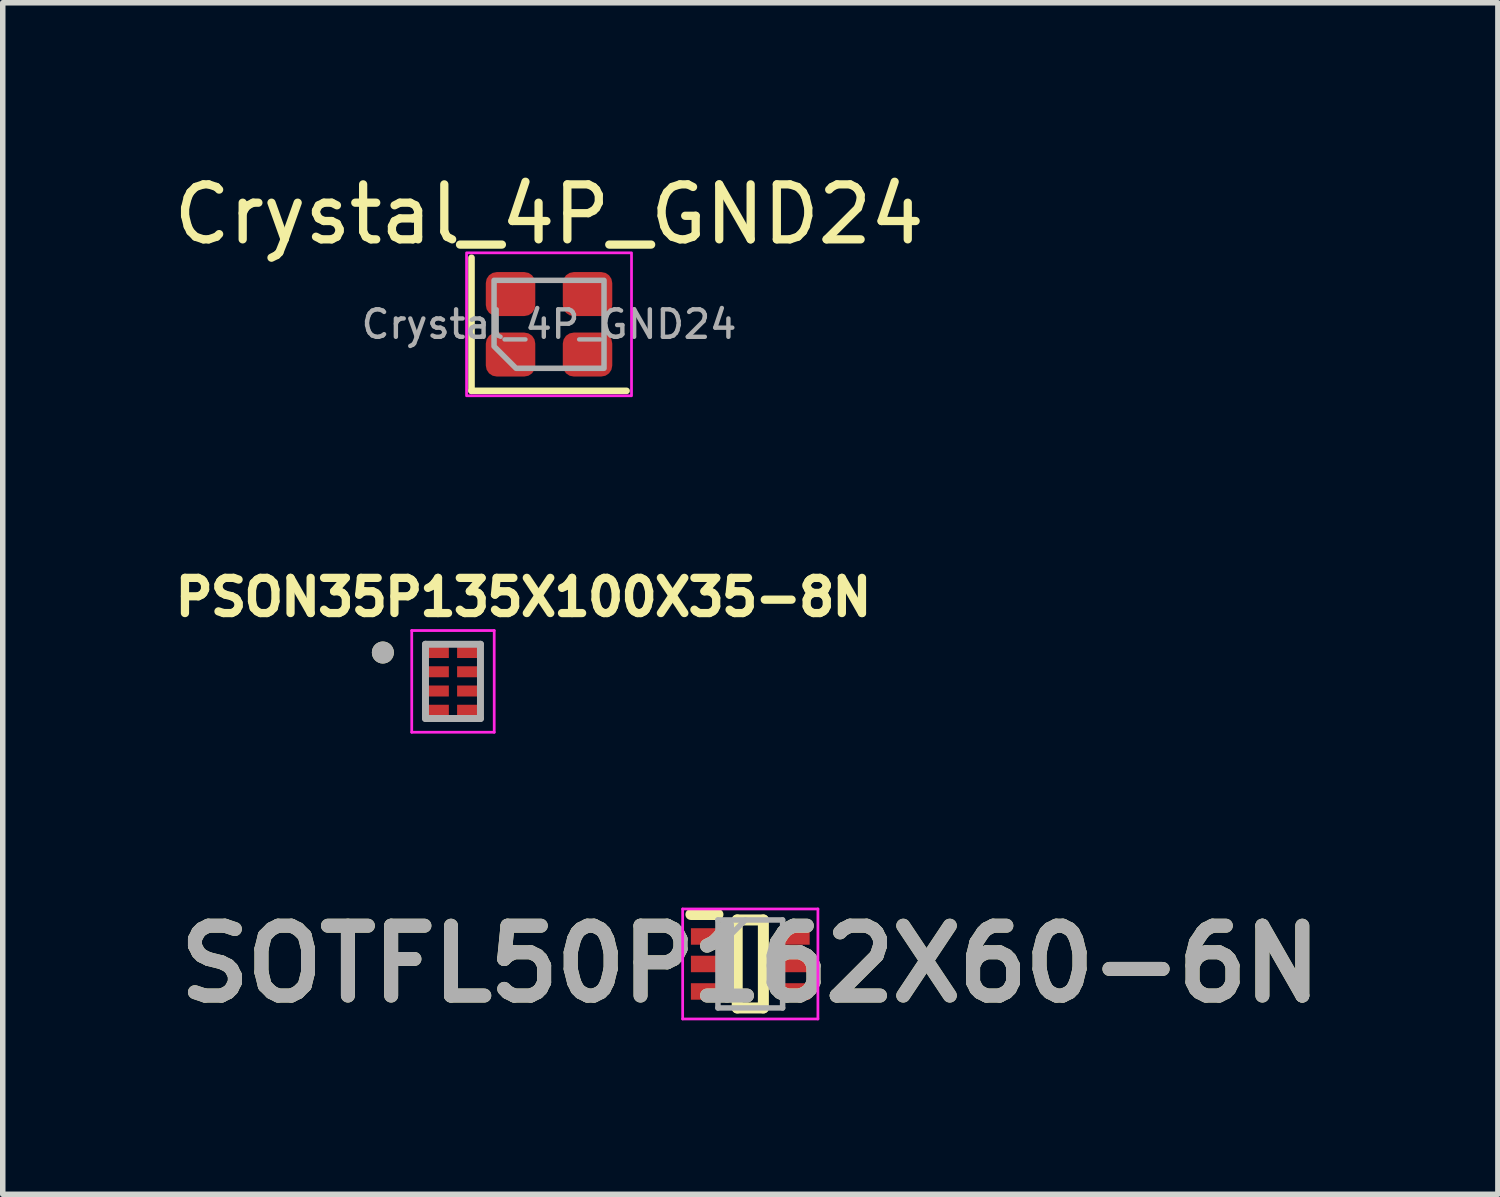
<source format=kicad_pcb>
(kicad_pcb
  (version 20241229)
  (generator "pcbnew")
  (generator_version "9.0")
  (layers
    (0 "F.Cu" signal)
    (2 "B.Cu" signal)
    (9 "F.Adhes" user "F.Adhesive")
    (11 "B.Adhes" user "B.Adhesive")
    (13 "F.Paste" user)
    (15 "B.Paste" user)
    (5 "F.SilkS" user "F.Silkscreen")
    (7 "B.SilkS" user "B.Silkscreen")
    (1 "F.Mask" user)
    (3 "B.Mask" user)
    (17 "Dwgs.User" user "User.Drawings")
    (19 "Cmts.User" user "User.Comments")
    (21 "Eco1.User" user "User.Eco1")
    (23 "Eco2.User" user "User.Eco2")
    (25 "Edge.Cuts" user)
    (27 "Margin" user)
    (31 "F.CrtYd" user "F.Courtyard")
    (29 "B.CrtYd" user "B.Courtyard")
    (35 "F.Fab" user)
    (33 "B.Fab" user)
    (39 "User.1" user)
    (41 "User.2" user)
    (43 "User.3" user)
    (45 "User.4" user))
  (footprint "PSON35P135X100X35-8N"
    (layer "F.Cu")
    (at 5.188 9.342)
    (property "Reference" "PSON35P135X100X35-8N" (at 1.282 -1.531 0) (layer "F.SilkS") (effects (font (size 0.64 0.64) (thickness 0.15))))
    (attr smd)
    (fp_poly (pts (xy -0.525 -0.675) (xy -0.025 -0.675) (xy -0.025 -0.375) (xy -0.525 -0.375)) (stroke (width 0.01) (type solid)) (fill yes) (layer "F.Mask"))
    (fp_poly (pts (xy -0.525 -0.325) (xy -0.025 -0.325) (xy -0.025 -0.025) (xy -0.525 -0.025)) (stroke (width 0.01) (type solid)) (fill yes) (layer "F.Mask"))
    (fp_poly (pts (xy -0.525 0.025) (xy -0.025 0.025) (xy -0.025 0.325) (xy -0.525 0.325)) (stroke (width 0.01) (type solid)) (fill yes) (layer "F.Mask"))
    (fp_poly (pts (xy -0.525 0.375) (xy -0.025 0.375) (xy -0.025 0.675) (xy -0.525 0.675)) (stroke (width 0.01) (type solid)) (fill yes) (layer "F.Mask"))
    (fp_poly (pts (xy 0.025 -0.675) (xy 0.525 -0.675) (xy 0.525 -0.375) (xy 0.025 -0.375)) (stroke (width 0.01) (type solid)) (fill yes) (layer "F.Mask"))
    (fp_poly (pts (xy 0.025 -0.325) (xy 0.525 -0.325) (xy 0.525 -0.025) (xy 0.025 -0.025)) (stroke (width 0.01) (type solid)) (fill yes) (layer "F.Mask"))
    (fp_poly (pts (xy 0.025 0.025) (xy 0.525 0.025) (xy 0.525 0.325) (xy 0.025 0.325)) (stroke (width 0.01) (type solid)) (fill yes) (layer "F.Mask"))
    (fp_poly (pts (xy 0.025 0.375) (xy 0.525 0.375) (xy 0.525 0.675) (xy 0.025 0.675)) (stroke (width 0.01) (type solid)) (fill yes) (layer "F.Mask"))
    (fp_circle (center -1.275 -0.525) (end -1.175 -0.525) (stroke (width 0.2) (type solid)) (fill no) (layer "F.SilkS"))
    (fp_line (start -0.75 -0.925) (end -0.75 0.925) (stroke (width 0.05) (type solid)) (layer "F.CrtYd"))
    (fp_line (start -0.75 0.925) (end 0.75 0.925) (stroke (width 0.05) (type solid)) (layer "F.CrtYd"))
    (fp_line (start 0.75 -0.925) (end -0.75 -0.925) (stroke (width 0.05) (type solid)) (layer "F.CrtYd"))
    (fp_line (start 0.75 0.925) (end 0.75 -0.925) (stroke (width 0.05) (type solid)) (layer "F.CrtYd"))
    (fp_line (start -0.5 -0.675) (end 0.5 -0.675) (stroke (width 0.127) (type solid)) (layer "F.Fab"))
    (fp_line (start -0.5 0.675) (end -0.5 -0.675) (stroke (width 0.127) (type solid)) (layer "F.Fab"))
    (fp_line (start 0.5 -0.675) (end 0.5 0.675) (stroke (width 0.127) (type solid)) (layer "F.Fab"))
    (fp_line (start 0.5 0.675) (end -0.5 0.675) (stroke (width 0.127) (type solid)) (layer "F.Fab"))
    (fp_circle (center -1.275 -0.525) (end -1.175 -0.525) (stroke (width 0.2) (type solid)) (fill no) (layer "F.Fab"))
    (pad "1" smd rect (at -0.275 -0.525) (size 0.4 0.2) (layers "F.Cu" "F.Paste"))
    (pad "2" smd rect (at -0.275 -0.175) (size 0.4 0.2) (layers "F.Cu" "F.Paste"))
    (pad "3" smd rect (at -0.275 0.175) (size 0.4 0.2) (layers "F.Cu" "F.Paste"))
    (pad "4" smd rect (at -0.275 0.525) (size 0.4 0.2) (layers "F.Cu" "F.Paste"))
    (pad "5" smd rect (at 0.275 0.525) (size 0.4 0.2) (layers "F.Cu" "F.Paste"))
    (pad "6" smd rect (at 0.275 0.175) (size 0.4 0.2) (layers "F.Cu" "F.Paste"))
    (pad "7" smd rect (at 0.275 -0.175) (size 0.4 0.2) (layers "F.Cu" "F.Paste"))
    (pad "8" smd rect (at 0.275 -0.525) (size 0.4 0.2) (layers "F.Cu" "F.Paste")))
  (footprint "SOTFL50P162X60-6N"
    (layer "F.Cu")
    (at 10.595 14.481)
    (property "Reference" "SOTFL50P162X60-6N" (at 0 0 0) (layer "F.SilkS") (effects (font (size 1.27 1.27) (thickness 0.254))))
    (attr smd)
    (fp_line (start -1.08 -0.9) (end -0.588 -0.9) (stroke (width 0.2) (type solid)) (layer "F.SilkS"))
    (fp_line (start -0.238 -0.8) (end 0.238 -0.8) (stroke (width 0.2) (type solid)) (layer "F.SilkS"))
    (fp_line (start -0.238 0.8) (end -0.238 -0.8) (stroke (width 0.2) (type solid)) (layer "F.SilkS"))
    (fp_line (start 0.238 -0.8) (end 0.238 0.8) (stroke (width 0.2) (type solid)) (layer "F.SilkS"))
    (fp_line (start 0.238 0.8) (end -0.238 0.8) (stroke (width 0.2) (type solid)) (layer "F.SilkS"))
    (fp_line (start -1.23 -1) (end 1.23 -1) (stroke (width 0.05) (type solid)) (layer "F.CrtYd"))
    (fp_line (start -1.23 1) (end -1.23 -1) (stroke (width 0.05) (type solid)) (layer "F.CrtYd"))
    (fp_line (start 1.23 -1) (end 1.23 1) (stroke (width 0.05) (type solid)) (layer "F.CrtYd"))
    (fp_line (start 1.23 1) (end -1.23 1) (stroke (width 0.05) (type solid)) (layer "F.CrtYd"))
    (fp_line (start -0.588 -0.8) (end 0.588 -0.8) (stroke (width 0.1) (type solid)) (layer "F.Fab"))
    (fp_line (start -0.588 -0.3) (end -0.088 -0.8) (stroke (width 0.1) (type solid)) (layer "F.Fab"))
    (fp_line (start -0.588 0.8) (end -0.588 -0.8) (stroke (width 0.1) (type solid)) (layer "F.Fab"))
    (fp_line (start 0.588 -0.8) (end 0.588 0.8) (stroke (width 0.1) (type solid)) (layer "F.Fab"))
    (fp_line (start 0.588 0.8) (end -0.588 0.8) (stroke (width 0.1) (type solid)) (layer "F.Fab"))
    (fp_text user "${REFERENCE}" (at 0 0 0) (layer "F.Fab") (effects (font (size 1.27 1.27) (thickness 0.254))))
    (pad "1" smd rect (at -0.834 -0.5 90) (size 0.3 0.492) (layers "F.Cu" "F.Mask" "F.Paste"))
    (pad "2" smd rect (at -0.834 0 90) (size 0.3 0.492) (layers "F.Cu" "F.Mask" "F.Paste"))
    (pad "3" smd rect (at -0.834 0.5 90) (size 0.3 0.492) (layers "F.Cu" "F.Mask" "F.Paste"))
    (pad "4" smd rect (at 0.834 0.5 90) (size 0.3 0.492) (layers "F.Cu" "F.Mask" "F.Paste"))
    (pad "5" smd rect (at 0.834 0 90) (size 0.3 0.492) (layers "F.Cu" "F.Mask" "F.Paste"))
    (pad "6" smd rect (at 0.834 -0.5 90) (size 0.3 0.492) (layers "F.Cu" "F.Mask" "F.Paste")))
  (footprint "Crystal_4P_GND24"
    (layer "F.Cu")
    (at 6.935 2.848)
    (property "Reference" "Crystal_4P_GND24" (at 0 -2 0) (layer "F.SilkS") (effects (font (size 1 1) (thickness 0.15))))
    (attr smd)
    (fp_line (start -1.41 -1.21) (end -1.41 1.21) (stroke (width 0.12) (type solid)) (layer "F.SilkS"))
    (fp_line (start -1.41 1.21) (end 1.41 1.21) (stroke (width 0.12) (type solid)) (layer "F.SilkS"))
    (fp_rect (start -1.5 -1.3) (end 1.5 1.3) (stroke (width 0.05) (type solid)) (fill no) (layer "F.CrtYd"))
    (fp_poly (pts (xy -1 -0.8) (xy -1 0.4) (xy -0.6 0.8) (xy 1 0.8) (xy 1 -0.8)) (stroke (width 0.1) (type solid)) (fill no) (layer "F.Fab"))
    (fp_text user "${REFERENCE}" (at 0 0 0) (layer "F.Fab") (effects (font (size 0.5 0.5) (thickness 0.08))))
    (pad "1" smd roundrect (at -0.7 0.55) (size 0.9 0.8) (layers "F.Cu" "F.Mask" "F.Paste") (roundrect_rratio 0.25))
    (pad "2" smd roundrect (at 0.7 0.55) (size 0.9 0.8) (layers "F.Cu" "F.Mask" "F.Paste") (roundrect_rratio 0.25))
    (pad "3" smd roundrect (at 0.7 -0.55) (size 0.9 0.8) (layers "F.Cu" "F.Mask" "F.Paste") (roundrect_rratio 0.25))
    (pad "4" smd roundrect (at -0.7 -0.55) (size 0.9 0.8) (layers "F.Cu" "F.Mask" "F.Paste") (roundrect_rratio 0.25)))
  (gr_rect
    (start -3 -3)
    (end 24.191 18.67)
    (stroke (width 0.1) (type default))
    (fill no)
    (layer "Edge.Cuts")))
</source>
